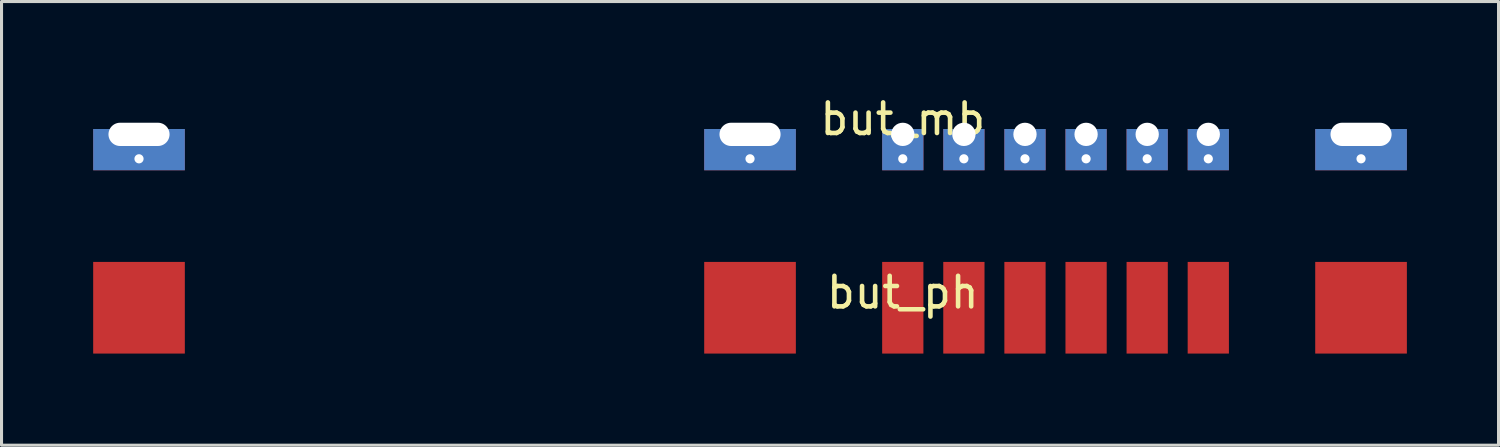
<source format=kicad_pcb>
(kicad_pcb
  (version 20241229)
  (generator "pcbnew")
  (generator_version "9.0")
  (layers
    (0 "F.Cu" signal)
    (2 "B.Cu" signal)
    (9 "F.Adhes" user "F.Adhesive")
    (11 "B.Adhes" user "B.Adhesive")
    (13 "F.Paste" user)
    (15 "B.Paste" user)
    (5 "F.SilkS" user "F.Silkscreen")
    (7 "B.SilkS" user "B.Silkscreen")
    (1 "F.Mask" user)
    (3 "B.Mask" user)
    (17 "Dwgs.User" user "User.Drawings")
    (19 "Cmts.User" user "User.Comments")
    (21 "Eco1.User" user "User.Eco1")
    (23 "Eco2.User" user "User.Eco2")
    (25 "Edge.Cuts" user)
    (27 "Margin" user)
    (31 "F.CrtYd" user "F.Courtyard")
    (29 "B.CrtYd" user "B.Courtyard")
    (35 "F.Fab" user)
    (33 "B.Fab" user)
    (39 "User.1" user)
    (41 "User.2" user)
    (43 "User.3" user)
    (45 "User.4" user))
  (footprint "but_ph"
    (layer "F.Cu")
    (at 26.5 7.023)
    (property "Reference" "but_ph" (at 0 -0.5 0) (unlocked yes) (layer "F.SilkS") (effects (font (size 1 1) (thickness 0.15))))
    (attr smd)
    (pad "1" smd rect (at 0 0) (size 1.35 3) (layers "F.Cu" "F.Mask"))
    (pad "2" smd rect (at 2 0) (size 1.35 3) (layers "F.Cu" "F.Mask"))
    (pad "3" smd rect (at 4 0) (size 1.35 3) (layers "F.Cu" "F.Mask"))
    (pad "4" smd rect (at 6 0) (size 1.35 3) (layers "F.Cu" "F.Mask"))
    (pad "5" smd rect (at 8 0) (size 1.35 3) (layers "F.Cu" "F.Mask"))
    (pad "6" smd rect (at -25 0) (size 3 3) (layers "F.Cu" "F.Mask"))
    (pad "6" smd rect (at -5 0) (size 3 3) (layers "F.Cu" "F.Mask"))
    (pad "6" smd rect (at 10 0) (size 1.35 3) (layers "F.Cu" "F.Mask"))
    (pad "6" smd rect (at 15 0) (size 3 3) (layers "F.Cu" "F.Mask")))
  (footprint "but_mb"
    (layer "F.Cu")
    (at 26.5 1.348)
    (property "Reference" "but_mb" (at 0 -0.5 0) (unlocked yes) (layer "F.SilkS") (effects (font (size 1 1) (thickness 0.15))))
    (attr smd)
    (pad "1" thru_hole rect (at 0 0) (size 1.35 1.35) (drill 0.762 (offset 0 0.5)) (layers "*.Cu" "*.Mask"))
    (pad "1" thru_hole rect (at 0 0.8) (size 0.5 0.5) (drill 0.3) (layers "*.Cu" "*.Mask"))
    (pad "2" thru_hole rect (at 2 0) (size 1.35 1.35) (drill 0.762 (offset 0 0.5)) (layers "*.Cu" "*.Mask"))
    (pad "2" thru_hole rect (at 2 0.8) (size 0.5 0.5) (drill 0.3) (layers "*.Cu" "*.Mask"))
    (pad "3" thru_hole rect (at 4 0) (size 1.35 1.35) (drill 0.762 (offset 0 0.5)) (layers "*.Cu" "*.Mask"))
    (pad "3" thru_hole rect (at 4 0.8) (size 0.5 0.5) (drill 0.3) (layers "*.Cu" "*.Mask"))
    (pad "4" thru_hole rect (at 6 0) (size 1.35 1.35) (drill 0.762 (offset 0 0.5)) (layers "*.Cu" "*.Mask"))
    (pad "4" thru_hole rect (at 6 0.8) (size 0.5 0.5) (drill 0.3) (layers "*.Cu" "*.Mask"))
    (pad "5" thru_hole rect (at 8 0) (size 1.35 1.35) (drill 0.762 (offset 0 0.5)) (layers "*.Cu" "*.Mask"))
    (pad "5" thru_hole rect (at 8 0.8) (size 0.5 0.5) (drill 0.3) (layers "*.Cu" "*.Mask"))
    (pad "6" thru_hole rect (at -25 0) (size 3 1.35) (drill oval 2 0.762 (offset 0 0.5)) (layers "*.Cu" "*.Mask"))
    (pad "6" thru_hole rect (at -25 0.8) (size 0.5 0.5) (drill 0.3) (layers "*.Cu" "*.Mask"))
    (pad "6" thru_hole rect (at -5 0) (size 3 1.35) (drill oval 2 0.762 (offset 0 0.5)) (layers "*.Cu" "*.Mask"))
    (pad "6" thru_hole rect (at -5 0.8) (size 0.5 0.5) (drill 0.3) (layers "*.Cu" "*.Mask"))
    (pad "6" thru_hole rect (at 10 0) (size 1.35 1.35) (drill 0.762 (offset 0 0.5)) (layers "*.Cu" "*.Mask"))
    (pad "6" thru_hole rect (at 10 0.8) (size 0.5 0.5) (drill 0.3) (layers "*.Cu" "*.Mask"))
    (pad "6" thru_hole rect (at 15 0) (size 3 1.35) (drill oval 2 0.762 (offset 0 0.5)) (layers "*.Cu" "*.Mask"))
    (pad "6" thru_hole rect (at 15 0.8) (size 0.5 0.5) (drill 0.3) (layers "*.Cu" "*.Mask")))
  (gr_rect
    (start -3 -3)
    (end 46 11.523)
    (stroke (width 0.1) (type default))
    (fill no)
    (layer "Edge.Cuts")))
</source>
